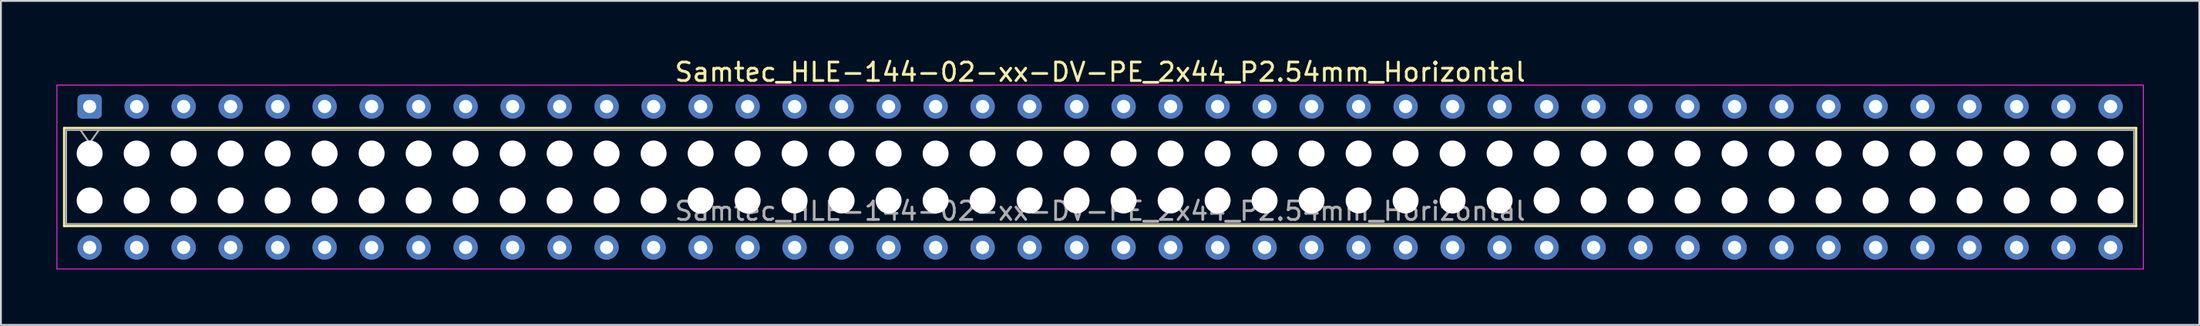
<source format=kicad_pcb>
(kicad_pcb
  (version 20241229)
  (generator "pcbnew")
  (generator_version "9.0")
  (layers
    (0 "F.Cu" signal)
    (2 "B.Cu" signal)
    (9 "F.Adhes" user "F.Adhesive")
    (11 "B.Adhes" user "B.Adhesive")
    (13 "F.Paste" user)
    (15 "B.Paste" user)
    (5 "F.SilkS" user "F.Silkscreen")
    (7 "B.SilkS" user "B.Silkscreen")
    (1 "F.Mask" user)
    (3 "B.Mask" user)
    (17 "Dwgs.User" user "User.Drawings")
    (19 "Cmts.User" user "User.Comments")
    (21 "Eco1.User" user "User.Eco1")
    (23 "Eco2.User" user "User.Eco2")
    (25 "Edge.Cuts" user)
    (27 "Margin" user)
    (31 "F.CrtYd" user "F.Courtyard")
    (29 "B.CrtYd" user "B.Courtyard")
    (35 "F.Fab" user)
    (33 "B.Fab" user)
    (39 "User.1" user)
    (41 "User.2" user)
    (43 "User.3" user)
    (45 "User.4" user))
  (footprint "Samtec_HLE-144-02-xx-DV-PE_2x44_P2.54mm_Horizontal"
    (layer "F.Cu")
    (at 1.795 2.708)
    (property "Reference" "Samtec_HLE-144-02-xx-DV-PE_2x44_P2.54mm_Horizontal" (at 54.61 -1.86 0) (layer "F.SilkS") (effects (font (size 1 1) (thickness 0.15))))
    (attr through_hole)
    (fp_line (start -1.38 1.16) (end 110.6 1.16) (stroke (width 0.12) (type solid)) (layer "F.SilkS"))
    (fp_line (start -1.38 6.46) (end -1.38 1.16) (stroke (width 0.12) (type solid)) (layer "F.SilkS"))
    (fp_line (start 110.6 1.16) (end 110.6 6.46) (stroke (width 0.12) (type solid)) (layer "F.SilkS"))
    (fp_line (start 110.6 6.46) (end -1.38 6.46) (stroke (width 0.12) (type solid)) (layer "F.SilkS"))
    (fp_line (start -1.77 -1.16) (end 110.99 -1.16) (stroke (width 0.05) (type solid)) (layer "F.CrtYd"))
    (fp_line (start -1.77 8.78) (end -1.77 -1.16) (stroke (width 0.05) (type solid)) (layer "F.CrtYd"))
    (fp_line (start 110.99 -1.16) (end 110.99 8.78) (stroke (width 0.05) (type solid)) (layer "F.CrtYd"))
    (fp_line (start 110.99 8.78) (end -1.77 8.78) (stroke (width 0.05) (type solid)) (layer "F.CrtYd"))
    (fp_line (start -1.27 1.27) (end 110.49 1.27) (stroke (width 0.1) (type solid)) (layer "F.Fab"))
    (fp_line (start -1.27 6.35) (end -1.27 1.27) (stroke (width 0.1) (type solid)) (layer "F.Fab"))
    (fp_line (start -0.5 1.27) (end 0 1.977) (stroke (width 0.1) (type solid)) (layer "F.Fab"))
    (fp_line (start 0 1.977) (end 0.5 1.27) (stroke (width 0.1) (type solid)) (layer "F.Fab"))
    (fp_line (start 110.49 1.27) (end 110.49 6.35) (stroke (width 0.1) (type solid)) (layer "F.Fab"))
    (fp_line (start 110.49 6.35) (end -1.27 6.35) (stroke (width 0.1) (type solid)) (layer "F.Fab"))
    (fp_text user "${REFERENCE}" (at 54.61 5.65 0) (layer "F.Fab") (effects (font (size 1 1) (thickness 0.15))))
    (pad "" np_thru_hole circle (at 0 2.54) (size 1.4 1.4) (drill 1.4) (layers "*.Cu" "*.Mask"))
    (pad "" np_thru_hole circle (at 0 5.08) (size 1.4 1.4) (drill 1.4) (layers "*.Cu" "*.Mask"))
    (pad "" np_thru_hole circle (at 2.54 2.54) (size 1.4 1.4) (drill 1.4) (layers "*.Cu" "*.Mask"))
    (pad "" np_thru_hole circle (at 2.54 5.08) (size 1.4 1.4) (drill 1.4) (layers "*.Cu" "*.Mask"))
    (pad "" np_thru_hole circle (at 5.08 2.54) (size 1.4 1.4) (drill 1.4) (layers "*.Cu" "*.Mask"))
    (pad "" np_thru_hole circle (at 5.08 5.08) (size 1.4 1.4) (drill 1.4) (layers "*.Cu" "*.Mask"))
    (pad "" np_thru_hole circle (at 7.62 2.54) (size 1.4 1.4) (drill 1.4) (layers "*.Cu" "*.Mask"))
    (pad "" np_thru_hole circle (at 7.62 5.08) (size 1.4 1.4) (drill 1.4) (layers "*.Cu" "*.Mask"))
    (pad "" np_thru_hole circle (at 10.16 2.54) (size 1.4 1.4) (drill 1.4) (layers "*.Cu" "*.Mask"))
    (pad "" np_thru_hole circle (at 10.16 5.08) (size 1.4 1.4) (drill 1.4) (layers "*.Cu" "*.Mask"))
    (pad "" np_thru_hole circle (at 12.7 2.54) (size 1.4 1.4) (drill 1.4) (layers "*.Cu" "*.Mask"))
    (pad "" np_thru_hole circle (at 12.7 5.08) (size 1.4 1.4) (drill 1.4) (layers "*.Cu" "*.Mask"))
    (pad "" np_thru_hole circle (at 15.24 2.54) (size 1.4 1.4) (drill 1.4) (layers "*.Cu" "*.Mask"))
    (pad "" np_thru_hole circle (at 15.24 5.08) (size 1.4 1.4) (drill 1.4) (layers "*.Cu" "*.Mask"))
    (pad "" np_thru_hole circle (at 17.78 2.54) (size 1.4 1.4) (drill 1.4) (layers "*.Cu" "*.Mask"))
    (pad "" np_thru_hole circle (at 17.78 5.08) (size 1.4 1.4) (drill 1.4) (layers "*.Cu" "*.Mask"))
    (pad "" np_thru_hole circle (at 20.32 2.54) (size 1.4 1.4) (drill 1.4) (layers "*.Cu" "*.Mask"))
    (pad "" np_thru_hole circle (at 20.32 5.08) (size 1.4 1.4) (drill 1.4) (layers "*.Cu" "*.Mask"))
    (pad "" np_thru_hole circle (at 22.86 2.54) (size 1.4 1.4) (drill 1.4) (layers "*.Cu" "*.Mask"))
    (pad "" np_thru_hole circle (at 22.86 5.08) (size 1.4 1.4) (drill 1.4) (layers "*.Cu" "*.Mask"))
    (pad "" np_thru_hole circle (at 25.4 2.54) (size 1.4 1.4) (drill 1.4) (layers "*.Cu" "*.Mask"))
    (pad "" np_thru_hole circle (at 25.4 5.08) (size 1.4 1.4) (drill 1.4) (layers "*.Cu" "*.Mask"))
    (pad "" np_thru_hole circle (at 27.94 2.54) (size 1.4 1.4) (drill 1.4) (layers "*.Cu" "*.Mask"))
    (pad "" np_thru_hole circle (at 27.94 5.08) (size 1.4 1.4) (drill 1.4) (layers "*.Cu" "*.Mask"))
    (pad "" np_thru_hole circle (at 30.48 2.54) (size 1.4 1.4) (drill 1.4) (layers "*.Cu" "*.Mask"))
    (pad "" np_thru_hole circle (at 30.48 5.08) (size 1.4 1.4) (drill 1.4) (layers "*.Cu" "*.Mask"))
    (pad "" np_thru_hole circle (at 33.02 2.54) (size 1.4 1.4) (drill 1.4) (layers "*.Cu" "*.Mask"))
    (pad "" np_thru_hole circle (at 33.02 5.08) (size 1.4 1.4) (drill 1.4) (layers "*.Cu" "*.Mask"))
    (pad "" np_thru_hole circle (at 35.56 2.54) (size 1.4 1.4) (drill 1.4) (layers "*.Cu" "*.Mask"))
    (pad "" np_thru_hole circle (at 35.56 5.08) (size 1.4 1.4) (drill 1.4) (layers "*.Cu" "*.Mask"))
    (pad "" np_thru_hole circle (at 38.1 2.54) (size 1.4 1.4) (drill 1.4) (layers "*.Cu" "*.Mask"))
    (pad "" np_thru_hole circle (at 38.1 5.08) (size 1.4 1.4) (drill 1.4) (layers "*.Cu" "*.Mask"))
    (pad "" np_thru_hole circle (at 40.64 2.54) (size 1.4 1.4) (drill 1.4) (layers "*.Cu" "*.Mask"))
    (pad "" np_thru_hole circle (at 40.64 5.08) (size 1.4 1.4) (drill 1.4) (layers "*.Cu" "*.Mask"))
    (pad "" np_thru_hole circle (at 43.18 2.54) (size 1.4 1.4) (drill 1.4) (layers "*.Cu" "*.Mask"))
    (pad "" np_thru_hole circle (at 43.18 5.08) (size 1.4 1.4) (drill 1.4) (layers "*.Cu" "*.Mask"))
    (pad "" np_thru_hole circle (at 45.72 2.54) (size 1.4 1.4) (drill 1.4) (layers "*.Cu" "*.Mask"))
    (pad "" np_thru_hole circle (at 45.72 5.08) (size 1.4 1.4) (drill 1.4) (layers "*.Cu" "*.Mask"))
    (pad "" np_thru_hole circle (at 48.26 2.54) (size 1.4 1.4) (drill 1.4) (layers "*.Cu" "*.Mask"))
    (pad "" np_thru_hole circle (at 48.26 5.08) (size 1.4 1.4) (drill 1.4) (layers "*.Cu" "*.Mask"))
    (pad "" np_thru_hole circle (at 50.8 2.54) (size 1.4 1.4) (drill 1.4) (layers "*.Cu" "*.Mask"))
    (pad "" np_thru_hole circle (at 50.8 5.08) (size 1.4 1.4) (drill 1.4) (layers "*.Cu" "*.Mask"))
    (pad "" np_thru_hole circle (at 53.34 2.54) (size 1.4 1.4) (drill 1.4) (layers "*.Cu" "*.Mask"))
    (pad "" np_thru_hole circle (at 53.34 5.08) (size 1.4 1.4) (drill 1.4) (layers "*.Cu" "*.Mask"))
    (pad "" np_thru_hole circle (at 55.88 2.54) (size 1.4 1.4) (drill 1.4) (layers "*.Cu" "*.Mask"))
    (pad "" np_thru_hole circle (at 55.88 5.08) (size 1.4 1.4) (drill 1.4) (layers "*.Cu" "*.Mask"))
    (pad "" np_thru_hole circle (at 58.42 2.54) (size 1.4 1.4) (drill 1.4) (layers "*.Cu" "*.Mask"))
    (pad "" np_thru_hole circle (at 58.42 5.08) (size 1.4 1.4) (drill 1.4) (layers "*.Cu" "*.Mask"))
    (pad "" np_thru_hole circle (at 60.96 2.54) (size 1.4 1.4) (drill 1.4) (layers "*.Cu" "*.Mask"))
    (pad "" np_thru_hole circle (at 60.96 5.08) (size 1.4 1.4) (drill 1.4) (layers "*.Cu" "*.Mask"))
    (pad "" np_thru_hole circle (at 63.5 2.54) (size 1.4 1.4) (drill 1.4) (layers "*.Cu" "*.Mask"))
    (pad "" np_thru_hole circle (at 63.5 5.08) (size 1.4 1.4) (drill 1.4) (layers "*.Cu" "*.Mask"))
    (pad "" np_thru_hole circle (at 66.04 2.54) (size 1.4 1.4) (drill 1.4) (layers "*.Cu" "*.Mask"))
    (pad "" np_thru_hole circle (at 66.04 5.08) (size 1.4 1.4) (drill 1.4) (layers "*.Cu" "*.Mask"))
    (pad "" np_thru_hole circle (at 68.58 2.54) (size 1.4 1.4) (drill 1.4) (layers "*.Cu" "*.Mask"))
    (pad "" np_thru_hole circle (at 68.58 5.08) (size 1.4 1.4) (drill 1.4) (layers "*.Cu" "*.Mask"))
    (pad "" np_thru_hole circle (at 71.12 2.54) (size 1.4 1.4) (drill 1.4) (layers "*.Cu" "*.Mask"))
    (pad "" np_thru_hole circle (at 71.12 5.08) (size 1.4 1.4) (drill 1.4) (layers "*.Cu" "*.Mask"))
    (pad "" np_thru_hole circle (at 73.66 2.54) (size 1.4 1.4) (drill 1.4) (layers "*.Cu" "*.Mask"))
    (pad "" np_thru_hole circle (at 73.66 5.08) (size 1.4 1.4) (drill 1.4) (layers "*.Cu" "*.Mask"))
    (pad "" np_thru_hole circle (at 76.2 2.54) (size 1.4 1.4) (drill 1.4) (layers "*.Cu" "*.Mask"))
    (pad "" np_thru_hole circle (at 76.2 5.08) (size 1.4 1.4) (drill 1.4) (layers "*.Cu" "*.Mask"))
    (pad "" np_thru_hole circle (at 78.74 2.54) (size 1.4 1.4) (drill 1.4) (layers "*.Cu" "*.Mask"))
    (pad "" np_thru_hole circle (at 78.74 5.08) (size 1.4 1.4) (drill 1.4) (layers "*.Cu" "*.Mask"))
    (pad "" np_thru_hole circle (at 81.28 2.54) (size 1.4 1.4) (drill 1.4) (layers "*.Cu" "*.Mask"))
    (pad "" np_thru_hole circle (at 81.28 5.08) (size 1.4 1.4) (drill 1.4) (layers "*.Cu" "*.Mask"))
    (pad "" np_thru_hole circle (at 83.82 2.54) (size 1.4 1.4) (drill 1.4) (layers "*.Cu" "*.Mask"))
    (pad "" np_thru_hole circle (at 83.82 5.08) (size 1.4 1.4) (drill 1.4) (layers "*.Cu" "*.Mask"))
    (pad "" np_thru_hole circle (at 86.36 2.54) (size 1.4 1.4) (drill 1.4) (layers "*.Cu" "*.Mask"))
    (pad "" np_thru_hole circle (at 86.36 5.08) (size 1.4 1.4) (drill 1.4) (layers "*.Cu" "*.Mask"))
    (pad "" np_thru_hole circle (at 88.9 2.54) (size 1.4 1.4) (drill 1.4) (layers "*.Cu" "*.Mask"))
    (pad "" np_thru_hole circle (at 88.9 5.08) (size 1.4 1.4) (drill 1.4) (layers "*.Cu" "*.Mask"))
    (pad "" np_thru_hole circle (at 91.44 2.54) (size 1.4 1.4) (drill 1.4) (layers "*.Cu" "*.Mask"))
    (pad "" np_thru_hole circle (at 91.44 5.08) (size 1.4 1.4) (drill 1.4) (layers "*.Cu" "*.Mask"))
    (pad "" np_thru_hole circle (at 93.98 2.54) (size 1.4 1.4) (drill 1.4) (layers "*.Cu" "*.Mask"))
    (pad "" np_thru_hole circle (at 93.98 5.08) (size 1.4 1.4) (drill 1.4) (layers "*.Cu" "*.Mask"))
    (pad "" np_thru_hole circle (at 96.52 2.54) (size 1.4 1.4) (drill 1.4) (layers "*.Cu" "*.Mask"))
    (pad "" np_thru_hole circle (at 96.52 5.08) (size 1.4 1.4) (drill 1.4) (layers "*.Cu" "*.Mask"))
    (pad "" np_thru_hole circle (at 99.06 2.54) (size 1.4 1.4) (drill 1.4) (layers "*.Cu" "*.Mask"))
    (pad "" np_thru_hole circle (at 99.06 5.08) (size 1.4 1.4) (drill 1.4) (layers "*.Cu" "*.Mask"))
    (pad "" np_thru_hole circle (at 101.6 2.54) (size 1.4 1.4) (drill 1.4) (layers "*.Cu" "*.Mask"))
    (pad "" np_thru_hole circle (at 101.6 5.08) (size 1.4 1.4) (drill 1.4) (layers "*.Cu" "*.Mask"))
    (pad "" np_thru_hole circle (at 104.14 2.54) (size 1.4 1.4) (drill 1.4) (layers "*.Cu" "*.Mask"))
    (pad "" np_thru_hole circle (at 104.14 5.08) (size 1.4 1.4) (drill 1.4) (layers "*.Cu" "*.Mask"))
    (pad "" np_thru_hole circle (at 106.68 2.54) (size 1.4 1.4) (drill 1.4) (layers "*.Cu" "*.Mask"))
    (pad "" np_thru_hole circle (at 106.68 5.08) (size 1.4 1.4) (drill 1.4) (layers "*.Cu" "*.Mask"))
    (pad "" np_thru_hole circle (at 109.22 2.54) (size 1.4 1.4) (drill 1.4) (layers "*.Cu" "*.Mask"))
    (pad "" np_thru_hole circle (at 109.22 5.08) (size 1.4 1.4) (drill 1.4) (layers "*.Cu" "*.Mask"))
    (pad "1" thru_hole roundrect (at 0 0) (size 1.31 1.31) (drill 0.71) (layers "*.Cu" "*.Mask") (roundrect_rratio 0.191))
    (pad "2" thru_hole circle (at 0 7.62) (size 1.31 1.31) (drill 0.71) (layers "*.Cu" "*.Mask"))
    (pad "3" thru_hole circle (at 2.54 0) (size 1.31 1.31) (drill 0.71) (layers "*.Cu" "*.Mask"))
    (pad "4" thru_hole circle (at 2.54 7.62) (size 1.31 1.31) (drill 0.71) (layers "*.Cu" "*.Mask"))
    (pad "5" thru_hole circle (at 5.08 0) (size 1.31 1.31) (drill 0.71) (layers "*.Cu" "*.Mask"))
    (pad "6" thru_hole circle (at 5.08 7.62) (size 1.31 1.31) (drill 0.71) (layers "*.Cu" "*.Mask"))
    (pad "7" thru_hole circle (at 7.62 0) (size 1.31 1.31) (drill 0.71) (layers "*.Cu" "*.Mask"))
    (pad "8" thru_hole circle (at 7.62 7.62) (size 1.31 1.31) (drill 0.71) (layers "*.Cu" "*.Mask"))
    (pad "9" thru_hole circle (at 10.16 0) (size 1.31 1.31) (drill 0.71) (layers "*.Cu" "*.Mask"))
    (pad "10" thru_hole circle (at 10.16 7.62) (size 1.31 1.31) (drill 0.71) (layers "*.Cu" "*.Mask"))
    (pad "11" thru_hole circle (at 12.7 0) (size 1.31 1.31) (drill 0.71) (layers "*.Cu" "*.Mask"))
    (pad "12" thru_hole circle (at 12.7 7.62) (size 1.31 1.31) (drill 0.71) (layers "*.Cu" "*.Mask"))
    (pad "13" thru_hole circle (at 15.24 0) (size 1.31 1.31) (drill 0.71) (layers "*.Cu" "*.Mask"))
    (pad "14" thru_hole circle (at 15.24 7.62) (size 1.31 1.31) (drill 0.71) (layers "*.Cu" "*.Mask"))
    (pad "15" thru_hole circle (at 17.78 0) (size 1.31 1.31) (drill 0.71) (layers "*.Cu" "*.Mask"))
    (pad "16" thru_hole circle (at 17.78 7.62) (size 1.31 1.31) (drill 0.71) (layers "*.Cu" "*.Mask"))
    (pad "17" thru_hole circle (at 20.32 0) (size 1.31 1.31) (drill 0.71) (layers "*.Cu" "*.Mask"))
    (pad "18" thru_hole circle (at 20.32 7.62) (size 1.31 1.31) (drill 0.71) (layers "*.Cu" "*.Mask"))
    (pad "19" thru_hole circle (at 22.86 0) (size 1.31 1.31) (drill 0.71) (layers "*.Cu" "*.Mask"))
    (pad "20" thru_hole circle (at 22.86 7.62) (size 1.31 1.31) (drill 0.71) (layers "*.Cu" "*.Mask"))
    (pad "21" thru_hole circle (at 25.4 0) (size 1.31 1.31) (drill 0.71) (layers "*.Cu" "*.Mask"))
    (pad "22" thru_hole circle (at 25.4 7.62) (size 1.31 1.31) (drill 0.71) (layers "*.Cu" "*.Mask"))
    (pad "23" thru_hole circle (at 27.94 0) (size 1.31 1.31) (drill 0.71) (layers "*.Cu" "*.Mask"))
    (pad "24" thru_hole circle (at 27.94 7.62) (size 1.31 1.31) (drill 0.71) (layers "*.Cu" "*.Mask"))
    (pad "25" thru_hole circle (at 30.48 0) (size 1.31 1.31) (drill 0.71) (layers "*.Cu" "*.Mask"))
    (pad "26" thru_hole circle (at 30.48 7.62) (size 1.31 1.31) (drill 0.71) (layers "*.Cu" "*.Mask"))
    (pad "27" thru_hole circle (at 33.02 0) (size 1.31 1.31) (drill 0.71) (layers "*.Cu" "*.Mask"))
    (pad "28" thru_hole circle (at 33.02 7.62) (size 1.31 1.31) (drill 0.71) (layers "*.Cu" "*.Mask"))
    (pad "29" thru_hole circle (at 35.56 0) (size 1.31 1.31) (drill 0.71) (layers "*.Cu" "*.Mask"))
    (pad "30" thru_hole circle (at 35.56 7.62) (size 1.31 1.31) (drill 0.71) (layers "*.Cu" "*.Mask"))
    (pad "31" thru_hole circle (at 38.1 0) (size 1.31 1.31) (drill 0.71) (layers "*.Cu" "*.Mask"))
    (pad "32" thru_hole circle (at 38.1 7.62) (size 1.31 1.31) (drill 0.71) (layers "*.Cu" "*.Mask"))
    (pad "33" thru_hole circle (at 40.64 0) (size 1.31 1.31) (drill 0.71) (layers "*.Cu" "*.Mask"))
    (pad "34" thru_hole circle (at 40.64 7.62) (size 1.31 1.31) (drill 0.71) (layers "*.Cu" "*.Mask"))
    (pad "35" thru_hole circle (at 43.18 0) (size 1.31 1.31) (drill 0.71) (layers "*.Cu" "*.Mask"))
    (pad "36" thru_hole circle (at 43.18 7.62) (size 1.31 1.31) (drill 0.71) (layers "*.Cu" "*.Mask"))
    (pad "37" thru_hole circle (at 45.72 0) (size 1.31 1.31) (drill 0.71) (layers "*.Cu" "*.Mask"))
    (pad "38" thru_hole circle (at 45.72 7.62) (size 1.31 1.31) (drill 0.71) (layers "*.Cu" "*.Mask"))
    (pad "39" thru_hole circle (at 48.26 0) (size 1.31 1.31) (drill 0.71) (layers "*.Cu" "*.Mask"))
    (pad "40" thru_hole circle (at 48.26 7.62) (size 1.31 1.31) (drill 0.71) (layers "*.Cu" "*.Mask"))
    (pad "41" thru_hole circle (at 50.8 0) (size 1.31 1.31) (drill 0.71) (layers "*.Cu" "*.Mask"))
    (pad "42" thru_hole circle (at 50.8 7.62) (size 1.31 1.31) (drill 0.71) (layers "*.Cu" "*.Mask"))
    (pad "43" thru_hole circle (at 53.34 0) (size 1.31 1.31) (drill 0.71) (layers "*.Cu" "*.Mask"))
    (pad "44" thru_hole circle (at 53.34 7.62) (size 1.31 1.31) (drill 0.71) (layers "*.Cu" "*.Mask"))
    (pad "45" thru_hole circle (at 55.88 0) (size 1.31 1.31) (drill 0.71) (layers "*.Cu" "*.Mask"))
    (pad "46" thru_hole circle (at 55.88 7.62) (size 1.31 1.31) (drill 0.71) (layers "*.Cu" "*.Mask"))
    (pad "47" thru_hole circle (at 58.42 0) (size 1.31 1.31) (drill 0.71) (layers "*.Cu" "*.Mask"))
    (pad "48" thru_hole circle (at 58.42 7.62) (size 1.31 1.31) (drill 0.71) (layers "*.Cu" "*.Mask"))
    (pad "49" thru_hole circle (at 60.96 0) (size 1.31 1.31) (drill 0.71) (layers "*.Cu" "*.Mask"))
    (pad "50" thru_hole circle (at 60.96 7.62) (size 1.31 1.31) (drill 0.71) (layers "*.Cu" "*.Mask"))
    (pad "51" thru_hole circle (at 63.5 0) (size 1.31 1.31) (drill 0.71) (layers "*.Cu" "*.Mask"))
    (pad "52" thru_hole circle (at 63.5 7.62) (size 1.31 1.31) (drill 0.71) (layers "*.Cu" "*.Mask"))
    (pad "53" thru_hole circle (at 66.04 0) (size 1.31 1.31) (drill 0.71) (layers "*.Cu" "*.Mask"))
    (pad "54" thru_hole circle (at 66.04 7.62) (size 1.31 1.31) (drill 0.71) (layers "*.Cu" "*.Mask"))
    (pad "55" thru_hole circle (at 68.58 0) (size 1.31 1.31) (drill 0.71) (layers "*.Cu" "*.Mask"))
    (pad "56" thru_hole circle (at 68.58 7.62) (size 1.31 1.31) (drill 0.71) (layers "*.Cu" "*.Mask"))
    (pad "57" thru_hole circle (at 71.12 0) (size 1.31 1.31) (drill 0.71) (layers "*.Cu" "*.Mask"))
    (pad "58" thru_hole circle (at 71.12 7.62) (size 1.31 1.31) (drill 0.71) (layers "*.Cu" "*.Mask"))
    (pad "59" thru_hole circle (at 73.66 0) (size 1.31 1.31) (drill 0.71) (layers "*.Cu" "*.Mask"))
    (pad "60" thru_hole circle (at 73.66 7.62) (size 1.31 1.31) (drill 0.71) (layers "*.Cu" "*.Mask"))
    (pad "61" thru_hole circle (at 76.2 0) (size 1.31 1.31) (drill 0.71) (layers "*.Cu" "*.Mask"))
    (pad "62" thru_hole circle (at 76.2 7.62) (size 1.31 1.31) (drill 0.71) (layers "*.Cu" "*.Mask"))
    (pad "63" thru_hole circle (at 78.74 0) (size 1.31 1.31) (drill 0.71) (layers "*.Cu" "*.Mask"))
    (pad "64" thru_hole circle (at 78.74 7.62) (size 1.31 1.31) (drill 0.71) (layers "*.Cu" "*.Mask"))
    (pad "65" thru_hole circle (at 81.28 0) (size 1.31 1.31) (drill 0.71) (layers "*.Cu" "*.Mask"))
    (pad "66" thru_hole circle (at 81.28 7.62) (size 1.31 1.31) (drill 0.71) (layers "*.Cu" "*.Mask"))
    (pad "67" thru_hole circle (at 83.82 0) (size 1.31 1.31) (drill 0.71) (layers "*.Cu" "*.Mask"))
    (pad "68" thru_hole circle (at 83.82 7.62) (size 1.31 1.31) (drill 0.71) (layers "*.Cu" "*.Mask"))
    (pad "69" thru_hole circle (at 86.36 0) (size 1.31 1.31) (drill 0.71) (layers "*.Cu" "*.Mask"))
    (pad "70" thru_hole circle (at 86.36 7.62) (size 1.31 1.31) (drill 0.71) (layers "*.Cu" "*.Mask"))
    (pad "71" thru_hole circle (at 88.9 0) (size 1.31 1.31) (drill 0.71) (layers "*.Cu" "*.Mask"))
    (pad "72" thru_hole circle (at 88.9 7.62) (size 1.31 1.31) (drill 0.71) (layers "*.Cu" "*.Mask"))
    (pad "73" thru_hole circle (at 91.44 0) (size 1.31 1.31) (drill 0.71) (layers "*.Cu" "*.Mask"))
    (pad "74" thru_hole circle (at 91.44 7.62) (size 1.31 1.31) (drill 0.71) (layers "*.Cu" "*.Mask"))
    (pad "75" thru_hole circle (at 93.98 0) (size 1.31 1.31) (drill 0.71) (layers "*.Cu" "*.Mask"))
    (pad "76" thru_hole circle (at 93.98 7.62) (size 1.31 1.31) (drill 0.71) (layers "*.Cu" "*.Mask"))
    (pad "77" thru_hole circle (at 96.52 0) (size 1.31 1.31) (drill 0.71) (layers "*.Cu" "*.Mask"))
    (pad "78" thru_hole circle (at 96.52 7.62) (size 1.31 1.31) (drill 0.71) (layers "*.Cu" "*.Mask"))
    (pad "79" thru_hole circle (at 99.06 0) (size 1.31 1.31) (drill 0.71) (layers "*.Cu" "*.Mask"))
    (pad "80" thru_hole circle (at 99.06 7.62) (size 1.31 1.31) (drill 0.71) (layers "*.Cu" "*.Mask"))
    (pad "81" thru_hole circle (at 101.6 0) (size 1.31 1.31) (drill 0.71) (layers "*.Cu" "*.Mask"))
    (pad "82" thru_hole circle (at 101.6 7.62) (size 1.31 1.31) (drill 0.71) (layers "*.Cu" "*.Mask"))
    (pad "83" thru_hole circle (at 104.14 0) (size 1.31 1.31) (drill 0.71) (layers "*.Cu" "*.Mask"))
    (pad "84" thru_hole circle (at 104.14 7.62) (size 1.31 1.31) (drill 0.71) (layers "*.Cu" "*.Mask"))
    (pad "85" thru_hole circle (at 106.68 0) (size 1.31 1.31) (drill 0.71) (layers "*.Cu" "*.Mask"))
    (pad "86" thru_hole circle (at 106.68 7.62) (size 1.31 1.31) (drill 0.71) (layers "*.Cu" "*.Mask"))
    (pad "87" thru_hole circle (at 109.22 0) (size 1.31 1.31) (drill 0.71) (layers "*.Cu" "*.Mask"))
    (pad "88" thru_hole circle (at 109.22 7.62) (size 1.31 1.31) (drill 0.71) (layers "*.Cu" "*.Mask")))
  (gr_rect
    (start -3 -3)
    (end 115.81 14.513)
    (stroke (width 0.1) (type default))
    (fill no)
    (layer "Edge.Cuts")))
</source>
